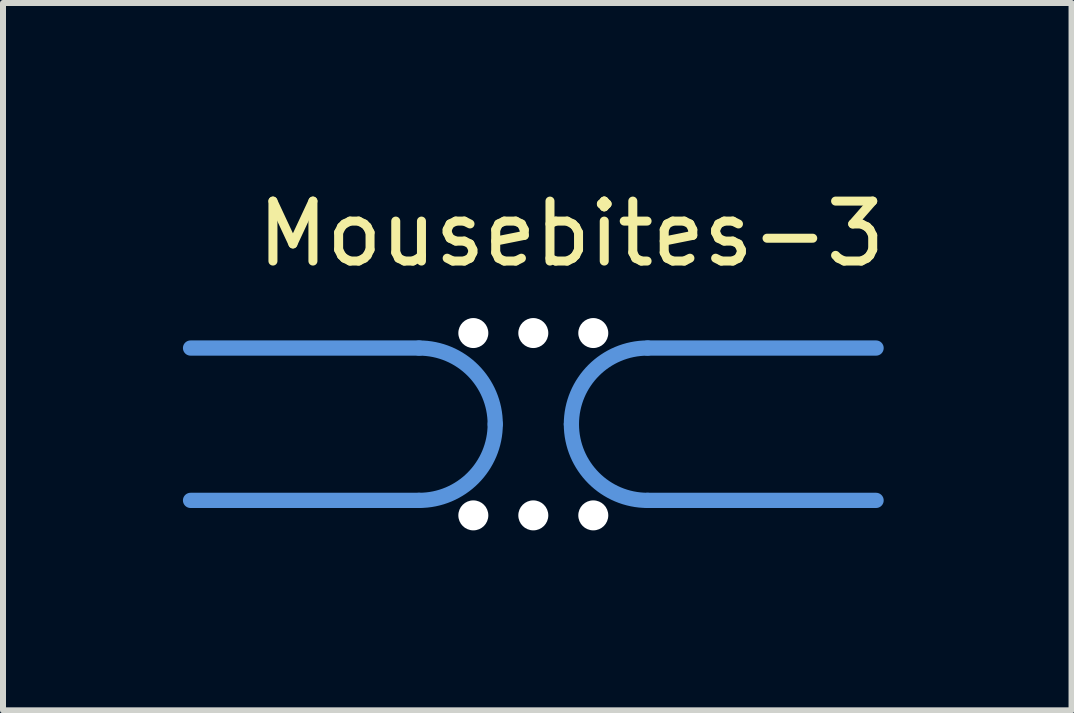
<source format=kicad_pcb>
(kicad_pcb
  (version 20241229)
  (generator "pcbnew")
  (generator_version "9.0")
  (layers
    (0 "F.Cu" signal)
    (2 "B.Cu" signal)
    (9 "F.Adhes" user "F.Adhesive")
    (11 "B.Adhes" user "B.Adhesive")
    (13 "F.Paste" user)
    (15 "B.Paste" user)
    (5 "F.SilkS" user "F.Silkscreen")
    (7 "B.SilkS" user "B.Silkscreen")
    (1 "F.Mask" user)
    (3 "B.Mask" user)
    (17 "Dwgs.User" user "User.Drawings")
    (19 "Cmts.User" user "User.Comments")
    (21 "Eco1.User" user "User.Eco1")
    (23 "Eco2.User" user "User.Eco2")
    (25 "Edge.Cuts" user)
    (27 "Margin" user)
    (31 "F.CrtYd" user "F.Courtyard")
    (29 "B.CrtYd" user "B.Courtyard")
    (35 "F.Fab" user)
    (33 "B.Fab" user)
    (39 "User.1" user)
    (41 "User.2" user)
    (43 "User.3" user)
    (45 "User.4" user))
  (footprint "Mousebites-3"
    (layer "F.Cu")
    (at 5.842 4.023)
    (property "Reference" "Mousebites-3" (at 0.635 -3.175 0) (layer "F.SilkS") (effects (font (size 1 1) (thickness 0.15))))
    (attr through_hole)
    (fp_line (start -5.715 -1.27) (end -1.905 -1.27) (stroke (width 0.254) (type solid)) (layer "Cmts.User"))
    (fp_line (start -5.715 1.27) (end -1.905 1.27) (stroke (width 0.254) (type solid)) (layer "Cmts.User"))
    (fp_line (start 1.905 1.27) (end 5.715 1.27) (stroke (width 0.254) (type solid)) (layer "Cmts.User"))
    (fp_line (start 5.715 -1.27) (end 1.905 -1.27) (stroke (width 0.254) (type solid)) (layer "Cmts.User"))
    (fp_arc (start -1.905 -1.27) (mid -1.006974 -0.898026) (end -0.635 0) (stroke (width 0.254) (type solid)) (layer "Cmts.User"))
    (fp_arc (start -0.635 0) (mid -1.006974 0.898026) (end -1.905 1.27) (stroke (width 0.254) (type solid)) (layer "Cmts.User"))
    (fp_arc (start 0.635 0) (mid 1.006974 -0.898026) (end 1.905 -1.27) (stroke (width 0.254) (type solid)) (layer "Cmts.User"))
    (fp_arc (start 1.905 1.27) (mid 1.006974 0.898026) (end 0.635 0) (stroke (width 0.254) (type solid)) (layer "Cmts.User"))
    (pad "" np_thru_hole circle (at -1 -1.52) (size 0.5 0.5) (drill 0.5) (layers "*.Cu"))
    (pad "" np_thru_hole circle (at -1 1.52) (size 0.5 0.5) (drill 0.5) (layers "*.Cu"))
    (pad "" np_thru_hole circle (at 0 -1.52) (size 0.5 0.5) (drill 0.5) (layers "*.Cu"))
    (pad "" np_thru_hole circle (at 0 1.52) (size 0.5 0.5) (drill 0.5) (layers "*.Cu"))
    (pad "" np_thru_hole circle (at 1 -1.52) (size 0.5 0.5) (drill 0.5) (layers "*.Cu"))
    (pad "" np_thru_hole circle (at 1 1.52) (size 0.5 0.5) (drill 0.5) (layers "*.Cu")))
  (gr_rect
    (start -3 -3)
    (end 14.816 8.793)
    (stroke (width 0.1) (type default))
    (fill no)
    (layer "Edge.Cuts")))
</source>
